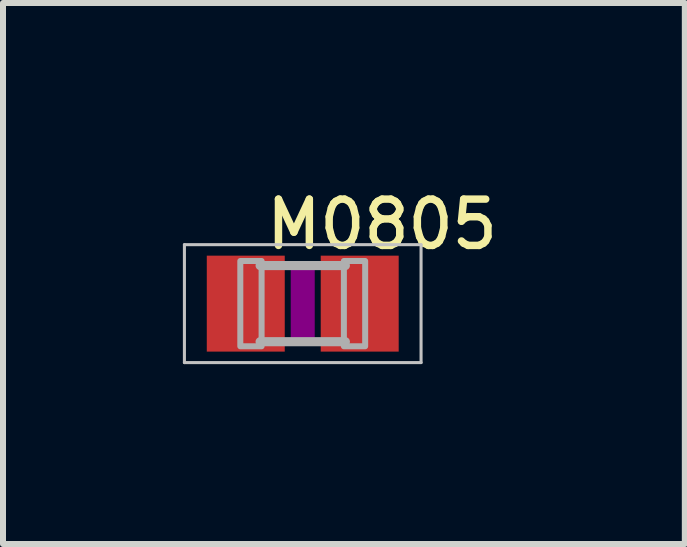
<source format=kicad_pcb>
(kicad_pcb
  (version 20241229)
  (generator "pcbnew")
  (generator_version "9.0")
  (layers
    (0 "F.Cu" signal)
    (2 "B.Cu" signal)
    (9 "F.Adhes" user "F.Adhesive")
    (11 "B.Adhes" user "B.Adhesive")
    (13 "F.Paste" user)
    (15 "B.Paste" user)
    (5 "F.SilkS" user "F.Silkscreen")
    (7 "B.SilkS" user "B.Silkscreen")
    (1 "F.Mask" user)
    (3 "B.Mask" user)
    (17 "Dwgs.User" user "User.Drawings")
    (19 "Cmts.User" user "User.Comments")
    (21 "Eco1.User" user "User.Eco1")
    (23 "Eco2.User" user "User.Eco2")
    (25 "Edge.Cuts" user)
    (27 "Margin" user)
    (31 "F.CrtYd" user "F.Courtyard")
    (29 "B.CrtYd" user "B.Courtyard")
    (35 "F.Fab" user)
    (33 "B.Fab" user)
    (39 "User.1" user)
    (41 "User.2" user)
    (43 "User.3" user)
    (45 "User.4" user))
  (footprint "M0805"
    (layer "F.Cu")
    (at 1.998 2.013)
    (property "Reference" "M0805" (at -0.67 -0.87 0) (layer "F.SilkS") (effects (font (size 0.772 0.772) (thickness 0.124)) (justify left bottom)))
    (attr through_hole)
    (fp_poly (pts (xy -0.2 0.6) (xy 0.2 0.6) (xy 0.2 -0.6) (xy -0.2 -0.6)) (stroke (width 0) (type solid)) (fill yes) (layer "F.Adhes"))
    (fp_line (start -1.973 -0.983) (end 1.973 -0.983) (stroke (width 0.051) (type solid)) (layer "Dwgs.User"))
    (fp_line (start -1.973 0.983) (end -1.973 -0.983) (stroke (width 0.051) (type solid)) (layer "Dwgs.User"))
    (fp_line (start 1.973 -0.983) (end 1.973 0.983) (stroke (width 0.051) (type solid)) (layer "Dwgs.User"))
    (fp_line (start 1.973 0.983) (end -1.973 0.983) (stroke (width 0.051) (type solid)) (layer "Dwgs.User"))
    (fp_line (start 0.711 -0.635) (end -0.711 -0.635) (stroke (width 0.152) (type solid)) (layer "F.Fab"))
    (fp_line (start 0.711 0.635) (end -0.711 0.635) (stroke (width 0.152) (type solid)) (layer "F.Fab"))
    (fp_poly (pts (xy -1.041 0.711) (xy -0.686 0.711) (xy -0.686 -0.711) (xy -1.041 -0.711)) (stroke (width 0.1) (type solid)) (fill no) (layer "F.Fab"))
    (fp_poly (pts (xy 0.686 0.711) (xy 1.041 0.711) (xy 1.041 -0.711) (xy 0.686 -0.711)) (stroke (width 0.1) (type solid)) (fill no) (layer "F.Fab"))
    (pad "1" smd rect (at -0.95 0) (size 1.3 1.6) (layers "F.Cu" "F.Mask" "F.Paste"))
    (pad "2" smd rect (at 0.95 0) (size 1.3 1.6) (layers "F.Cu" "F.Mask" "F.Paste")))
  (gr_rect
    (start -3 -3)
    (end 8.369 6.021)
    (stroke (width 0.1) (type default))
    (fill no)
    (layer "Edge.Cuts")))
</source>
